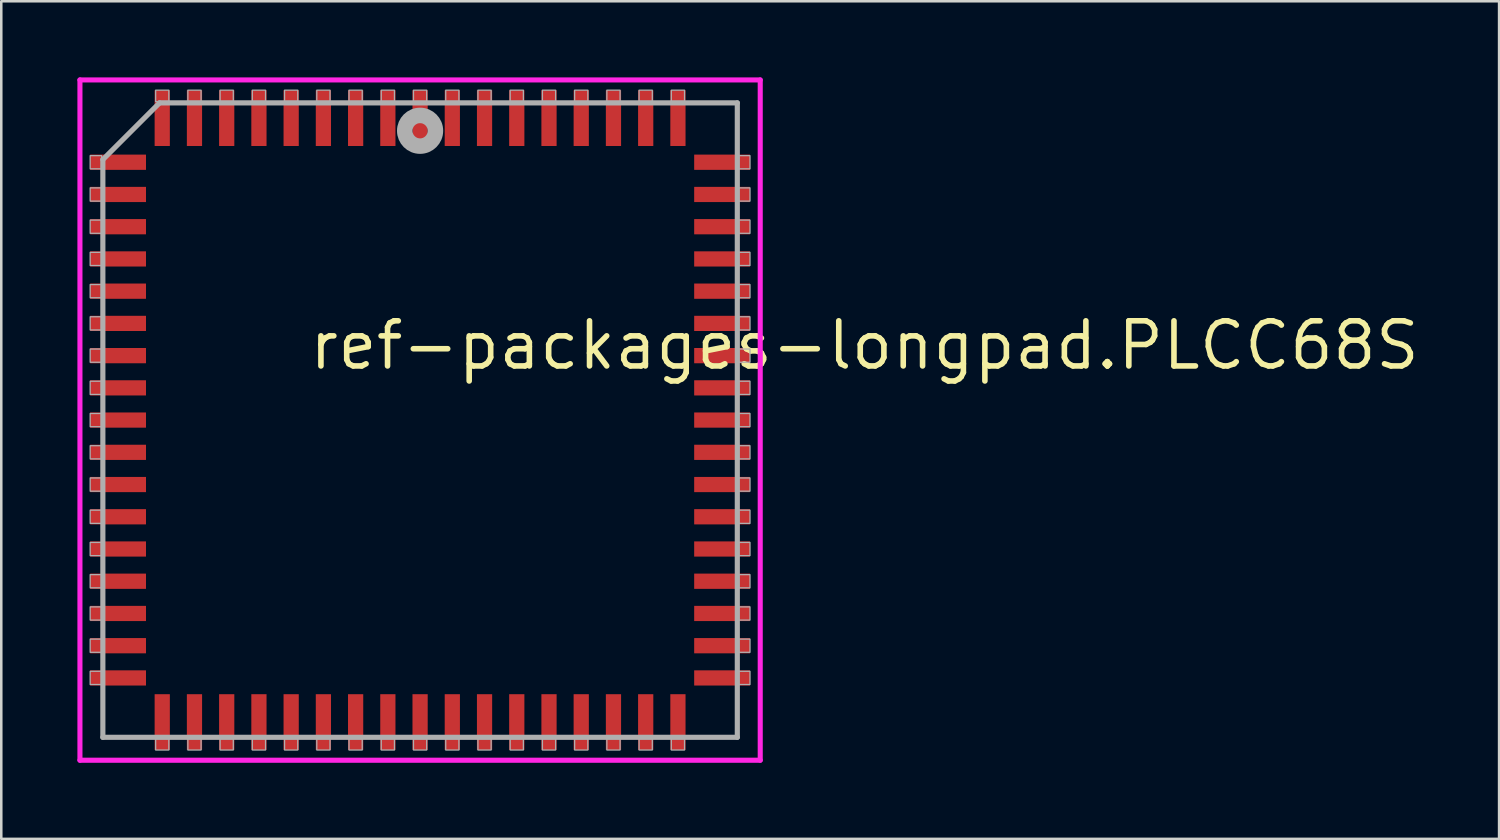
<source format=kicad_pcb>
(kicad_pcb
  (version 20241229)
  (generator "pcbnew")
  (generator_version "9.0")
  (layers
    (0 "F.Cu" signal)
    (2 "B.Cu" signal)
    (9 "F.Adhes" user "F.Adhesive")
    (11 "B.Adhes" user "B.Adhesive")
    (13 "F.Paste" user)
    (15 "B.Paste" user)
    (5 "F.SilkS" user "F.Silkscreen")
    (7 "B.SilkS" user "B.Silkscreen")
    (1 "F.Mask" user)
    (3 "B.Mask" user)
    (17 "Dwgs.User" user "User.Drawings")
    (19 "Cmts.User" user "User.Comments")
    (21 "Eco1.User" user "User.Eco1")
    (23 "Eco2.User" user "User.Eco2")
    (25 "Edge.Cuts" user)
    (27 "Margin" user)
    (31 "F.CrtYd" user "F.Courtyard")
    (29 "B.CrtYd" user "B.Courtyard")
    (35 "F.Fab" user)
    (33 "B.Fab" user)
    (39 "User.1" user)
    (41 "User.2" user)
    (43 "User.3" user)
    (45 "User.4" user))
  (footprint "ref-packages-longpad.PLCC68S"
    (layer "F.Cu")
    (at 13.503 13.503)
    (property "Reference" "ref-packages-longpad.PLCC68S" (at -4.475 -1.905 0) (layer "F.SilkS") (effects (font (size 1.778 1.778) (thickness 0.22)) (justify left bottom)))
    (attr smd)
    (fp_line (start -13.403 -13.403) (end 13.403 -13.403) (stroke (width 0.2) (type default)) (layer "F.CrtYd"))
    (fp_line (start -13.403 13.403) (end -13.403 -13.403) (stroke (width 0.2) (type default)) (layer "F.CrtYd"))
    (fp_line (start 13.403 -13.403) (end 13.403 13.403) (stroke (width 0.2) (type default)) (layer "F.CrtYd"))
    (fp_line (start 13.403 13.403) (end -13.403 13.403) (stroke (width 0.2) (type default)) (layer "F.CrtYd"))
    (fp_line (start -12.5 -10.265) (end -12.5 12.5) (stroke (width 0.203) (type default)) (layer "F.Fab"))
    (fp_line (start -12.5 12.5) (end 12.5 12.5) (stroke (width 0.203) (type default)) (layer "F.Fab"))
    (fp_line (start -10.265 -12.5) (end -12.5 -10.265) (stroke (width 0.203) (type default)) (layer "F.Fab"))
    (fp_line (start 12.5 -12.5) (end -10.265 -12.5) (stroke (width 0.203) (type default)) (layer "F.Fab"))
    (fp_line (start 12.5 12.5) (end 12.5 -12.5) (stroke (width 0.203) (type default)) (layer "F.Fab"))
    (fp_rect (start -13 -9.9) (end -12.55 -10.42) (stroke (width 0.05) (type default)) (fill no) (layer "F.Fab"))
    (fp_rect (start -13 -8.63) (end -12.55 -9.15) (stroke (width 0.05) (type default)) (fill no) (layer "F.Fab"))
    (fp_rect (start -13 -7.36) (end -12.55 -7.88) (stroke (width 0.05) (type default)) (fill no) (layer "F.Fab"))
    (fp_rect (start -13 -6.09) (end -12.55 -6.61) (stroke (width 0.05) (type default)) (fill no) (layer "F.Fab"))
    (fp_rect (start -13 -4.82) (end -12.55 -5.34) (stroke (width 0.05) (type default)) (fill no) (layer "F.Fab"))
    (fp_rect (start -13 -3.55) (end -12.55 -4.07) (stroke (width 0.05) (type default)) (fill no) (layer "F.Fab"))
    (fp_rect (start -13 -2.28) (end -12.55 -2.8) (stroke (width 0.05) (type default)) (fill no) (layer "F.Fab"))
    (fp_rect (start -13 -1.01) (end -12.55 -1.53) (stroke (width 0.05) (type default)) (fill no) (layer "F.Fab"))
    (fp_rect (start -13 0.26) (end -12.55 -0.26) (stroke (width 0.05) (type default)) (fill no) (layer "F.Fab"))
    (fp_rect (start -13 1.53) (end -12.55 1.01) (stroke (width 0.05) (type default)) (fill no) (layer "F.Fab"))
    (fp_rect (start -13 2.8) (end -12.55 2.28) (stroke (width 0.05) (type default)) (fill no) (layer "F.Fab"))
    (fp_rect (start -13 4.07) (end -12.55 3.55) (stroke (width 0.05) (type default)) (fill no) (layer "F.Fab"))
    (fp_rect (start -13 5.34) (end -12.55 4.82) (stroke (width 0.05) (type default)) (fill no) (layer "F.Fab"))
    (fp_rect (start -13 6.61) (end -12.55 6.09) (stroke (width 0.05) (type default)) (fill no) (layer "F.Fab"))
    (fp_rect (start -13 7.88) (end -12.55 7.36) (stroke (width 0.05) (type default)) (fill no) (layer "F.Fab"))
    (fp_rect (start -13 9.15) (end -12.55 8.63) (stroke (width 0.05) (type default)) (fill no) (layer "F.Fab"))
    (fp_rect (start -13 10.42) (end -12.55 9.9) (stroke (width 0.05) (type default)) (fill no) (layer "F.Fab"))
    (fp_rect (start -10.42 -12.55) (end -9.9 -13) (stroke (width 0.05) (type default)) (fill no) (layer "F.Fab"))
    (fp_rect (start -10.42 13) (end -9.9 12.55) (stroke (width 0.05) (type default)) (fill no) (layer "F.Fab"))
    (fp_rect (start -9.15 -12.55) (end -8.63 -13) (stroke (width 0.05) (type default)) (fill no) (layer "F.Fab"))
    (fp_rect (start -9.15 13) (end -8.63 12.55) (stroke (width 0.05) (type default)) (fill no) (layer "F.Fab"))
    (fp_rect (start -7.88 -12.55) (end -7.36 -13) (stroke (width 0.05) (type default)) (fill no) (layer "F.Fab"))
    (fp_rect (start -7.88 13) (end -7.36 12.55) (stroke (width 0.05) (type default)) (fill no) (layer "F.Fab"))
    (fp_rect (start -6.61 -12.55) (end -6.09 -13) (stroke (width 0.05) (type default)) (fill no) (layer "F.Fab"))
    (fp_rect (start -6.61 13) (end -6.09 12.55) (stroke (width 0.05) (type default)) (fill no) (layer "F.Fab"))
    (fp_rect (start -5.34 -12.55) (end -4.82 -13) (stroke (width 0.05) (type default)) (fill no) (layer "F.Fab"))
    (fp_rect (start -5.34 13) (end -4.82 12.55) (stroke (width 0.05) (type default)) (fill no) (layer "F.Fab"))
    (fp_rect (start -4.07 -12.55) (end -3.55 -13) (stroke (width 0.05) (type default)) (fill no) (layer "F.Fab"))
    (fp_rect (start -4.07 13) (end -3.55 12.55) (stroke (width 0.05) (type default)) (fill no) (layer "F.Fab"))
    (fp_rect (start -2.8 -12.55) (end -2.28 -13) (stroke (width 0.05) (type default)) (fill no) (layer "F.Fab"))
    (fp_rect (start -2.8 13) (end -2.28 12.55) (stroke (width 0.05) (type default)) (fill no) (layer "F.Fab"))
    (fp_rect (start -1.53 -12.55) (end -1.01 -13) (stroke (width 0.05) (type default)) (fill no) (layer "F.Fab"))
    (fp_rect (start -1.53 13) (end -1.01 12.55) (stroke (width 0.05) (type default)) (fill no) (layer "F.Fab"))
    (fp_rect (start -0.26 -12.55) (end 0.26 -13) (stroke (width 0.05) (type default)) (fill no) (layer "F.Fab"))
    (fp_rect (start -0.26 13) (end 0.26 12.55) (stroke (width 0.05) (type default)) (fill no) (layer "F.Fab"))
    (fp_rect (start 1.01 -12.55) (end 1.53 -13) (stroke (width 0.05) (type default)) (fill no) (layer "F.Fab"))
    (fp_rect (start 1.01 13) (end 1.53 12.55) (stroke (width 0.05) (type default)) (fill no) (layer "F.Fab"))
    (fp_rect (start 2.28 -12.55) (end 2.8 -13) (stroke (width 0.05) (type default)) (fill no) (layer "F.Fab"))
    (fp_rect (start 2.28 13) (end 2.8 12.55) (stroke (width 0.05) (type default)) (fill no) (layer "F.Fab"))
    (fp_rect (start 3.55 -12.55) (end 4.07 -13) (stroke (width 0.05) (type default)) (fill no) (layer "F.Fab"))
    (fp_rect (start 3.55 13) (end 4.07 12.55) (stroke (width 0.05) (type default)) (fill no) (layer "F.Fab"))
    (fp_rect (start 4.82 -12.55) (end 5.34 -13) (stroke (width 0.05) (type default)) (fill no) (layer "F.Fab"))
    (fp_rect (start 4.82 13) (end 5.34 12.55) (stroke (width 0.05) (type default)) (fill no) (layer "F.Fab"))
    (fp_rect (start 6.09 -12.55) (end 6.61 -13) (stroke (width 0.05) (type default)) (fill no) (layer "F.Fab"))
    (fp_rect (start 6.09 13) (end 6.61 12.55) (stroke (width 0.05) (type default)) (fill no) (layer "F.Fab"))
    (fp_rect (start 7.36 -12.55) (end 7.88 -13) (stroke (width 0.05) (type default)) (fill no) (layer "F.Fab"))
    (fp_rect (start 7.36 13) (end 7.88 12.55) (stroke (width 0.05) (type default)) (fill no) (layer "F.Fab"))
    (fp_rect (start 8.63 -12.55) (end 9.15 -13) (stroke (width 0.05) (type default)) (fill no) (layer "F.Fab"))
    (fp_rect (start 8.63 13) (end 9.15 12.55) (stroke (width 0.05) (type default)) (fill no) (layer "F.Fab"))
    (fp_rect (start 9.9 -12.55) (end 10.42 -13) (stroke (width 0.05) (type default)) (fill no) (layer "F.Fab"))
    (fp_rect (start 9.9 13) (end 10.42 12.55) (stroke (width 0.05) (type default)) (fill no) (layer "F.Fab"))
    (fp_rect (start 12.55 -9.9) (end 13 -10.42) (stroke (width 0.05) (type default)) (fill no) (layer "F.Fab"))
    (fp_rect (start 12.55 -8.63) (end 13 -9.15) (stroke (width 0.05) (type default)) (fill no) (layer "F.Fab"))
    (fp_rect (start 12.55 -7.36) (end 13 -7.88) (stroke (width 0.05) (type default)) (fill no) (layer "F.Fab"))
    (fp_rect (start 12.55 -6.09) (end 13 -6.61) (stroke (width 0.05) (type default)) (fill no) (layer "F.Fab"))
    (fp_rect (start 12.55 -4.82) (end 13 -5.34) (stroke (width 0.05) (type default)) (fill no) (layer "F.Fab"))
    (fp_rect (start 12.55 -3.55) (end 13 -4.07) (stroke (width 0.05) (type default)) (fill no) (layer "F.Fab"))
    (fp_rect (start 12.55 -2.28) (end 13 -2.8) (stroke (width 0.05) (type default)) (fill no) (layer "F.Fab"))
    (fp_rect (start 12.55 -1.01) (end 13 -1.53) (stroke (width 0.05) (type default)) (fill no) (layer "F.Fab"))
    (fp_rect (start 12.55 0.26) (end 13 -0.26) (stroke (width 0.05) (type default)) (fill no) (layer "F.Fab"))
    (fp_rect (start 12.55 1.53) (end 13 1.01) (stroke (width 0.05) (type default)) (fill no) (layer "F.Fab"))
    (fp_rect (start 12.55 2.8) (end 13 2.28) (stroke (width 0.05) (type default)) (fill no) (layer "F.Fab"))
    (fp_rect (start 12.55 4.07) (end 13 3.55) (stroke (width 0.05) (type default)) (fill no) (layer "F.Fab"))
    (fp_rect (start 12.55 5.34) (end 13 4.82) (stroke (width 0.05) (type default)) (fill no) (layer "F.Fab"))
    (fp_rect (start 12.55 6.61) (end 13 6.09) (stroke (width 0.05) (type default)) (fill no) (layer "F.Fab"))
    (fp_rect (start 12.55 7.88) (end 13 7.36) (stroke (width 0.05) (type default)) (fill no) (layer "F.Fab"))
    (fp_rect (start 12.55 9.15) (end 13 8.63) (stroke (width 0.05) (type default)) (fill no) (layer "F.Fab"))
    (fp_rect (start 12.55 10.42) (end 13 9.9) (stroke (width 0.05) (type default)) (fill no) (layer "F.Fab"))
    (fp_circle (center 0 -11.4) (end 0.3 -11.4) (stroke (width 0.61) (type default)) (fill no) (layer "F.Fab"))
    (pad "1" smd roundrect (at 0 -11.9) (size 0.6 2.2) (layers "F.Cu" "F.Mask" "F.Paste") (roundrect_rratio 0.01))
    (pad "2" smd roundrect (at -1.27 -11.9) (size 0.6 2.2) (layers "F.Cu" "F.Mask" "F.Paste") (roundrect_rratio 0.01))
    (pad "3" smd roundrect (at -2.54 -11.9) (size 0.6 2.2) (layers "F.Cu" "F.Mask" "F.Paste") (roundrect_rratio 0.01))
    (pad "4" smd roundrect (at -3.81 -11.9) (size 0.6 2.2) (layers "F.Cu" "F.Mask" "F.Paste") (roundrect_rratio 0.01))
    (pad "5" smd roundrect (at -5.08 -11.9) (size 0.6 2.2) (layers "F.Cu" "F.Mask" "F.Paste") (roundrect_rratio 0.01))
    (pad "6" smd roundrect (at -6.35 -11.9) (size 0.6 2.2) (layers "F.Cu" "F.Mask" "F.Paste") (roundrect_rratio 0.01))
    (pad "7" smd roundrect (at -7.62 -11.9) (size 0.6 2.2) (layers "F.Cu" "F.Mask" "F.Paste") (roundrect_rratio 0.01))
    (pad "8" smd roundrect (at -8.89 -11.9) (size 0.6 2.2) (layers "F.Cu" "F.Mask" "F.Paste") (roundrect_rratio 0.01))
    (pad "9" smd roundrect (at -10.16 -11.9) (size 0.6 2.2) (layers "F.Cu" "F.Mask" "F.Paste") (roundrect_rratio 0.01))
    (pad "10" smd roundrect (at -11.9 -10.16) (size 2.2 0.6) (layers "F.Cu" "F.Mask" "F.Paste") (roundrect_rratio 0.01))
    (pad "11" smd roundrect (at -11.9 -8.89) (size 2.2 0.6) (layers "F.Cu" "F.Mask" "F.Paste") (roundrect_rratio 0.01))
    (pad "12" smd roundrect (at -11.9 -7.62) (size 2.2 0.6) (layers "F.Cu" "F.Mask" "F.Paste") (roundrect_rratio 0.01))
    (pad "13" smd roundrect (at -11.9 -6.35) (size 2.2 0.6) (layers "F.Cu" "F.Mask" "F.Paste") (roundrect_rratio 0.01))
    (pad "14" smd roundrect (at -11.9 -5.08) (size 2.2 0.6) (layers "F.Cu" "F.Mask" "F.Paste") (roundrect_rratio 0.01))
    (pad "15" smd roundrect (at -11.9 -3.81) (size 2.2 0.6) (layers "F.Cu" "F.Mask" "F.Paste") (roundrect_rratio 0.01))
    (pad "16" smd roundrect (at -11.9 -2.54) (size 2.2 0.6) (layers "F.Cu" "F.Mask" "F.Paste") (roundrect_rratio 0.01))
    (pad "17" smd roundrect (at -11.9 -1.27) (size 2.2 0.6) (layers "F.Cu" "F.Mask" "F.Paste") (roundrect_rratio 0.01))
    (pad "18" smd roundrect (at -11.9 0) (size 2.2 0.6) (layers "F.Cu" "F.Mask" "F.Paste") (roundrect_rratio 0.01))
    (pad "19" smd roundrect (at -11.9 1.27) (size 2.2 0.6) (layers "F.Cu" "F.Mask" "F.Paste") (roundrect_rratio 0.01))
    (pad "20" smd roundrect (at -11.9 2.54) (size 2.2 0.6) (layers "F.Cu" "F.Mask" "F.Paste") (roundrect_rratio 0.01))
    (pad "21" smd roundrect (at -11.9 3.81) (size 2.2 0.6) (layers "F.Cu" "F.Mask" "F.Paste") (roundrect_rratio 0.01))
    (pad "22" smd roundrect (at -11.9 5.08) (size 2.2 0.6) (layers "F.Cu" "F.Mask" "F.Paste") (roundrect_rratio 0.01))
    (pad "23" smd roundrect (at -11.9 6.35) (size 2.2 0.6) (layers "F.Cu" "F.Mask" "F.Paste") (roundrect_rratio 0.01))
    (pad "24" smd roundrect (at -11.9 7.62) (size 2.2 0.6) (layers "F.Cu" "F.Mask" "F.Paste") (roundrect_rratio 0.01))
    (pad "25" smd roundrect (at -11.9 8.89) (size 2.2 0.6) (layers "F.Cu" "F.Mask" "F.Paste") (roundrect_rratio 0.01))
    (pad "26" smd roundrect (at -11.9 10.16) (size 2.2 0.6) (layers "F.Cu" "F.Mask" "F.Paste") (roundrect_rratio 0.01))
    (pad "27" smd roundrect (at -10.16 11.9) (size 0.6 2.2) (layers "F.Cu" "F.Mask" "F.Paste") (roundrect_rratio 0.01))
    (pad "28" smd roundrect (at -8.89 11.9) (size 0.6 2.2) (layers "F.Cu" "F.Mask" "F.Paste") (roundrect_rratio 0.01))
    (pad "29" smd roundrect (at -7.62 11.9) (size 0.6 2.2) (layers "F.Cu" "F.Mask" "F.Paste") (roundrect_rratio 0.01))
    (pad "30" smd roundrect (at -6.35 11.9) (size 0.6 2.2) (layers "F.Cu" "F.Mask" "F.Paste") (roundrect_rratio 0.01))
    (pad "31" smd roundrect (at -5.08 11.9) (size 0.6 2.2) (layers "F.Cu" "F.Mask" "F.Paste") (roundrect_rratio 0.01))
    (pad "32" smd roundrect (at -3.81 11.9) (size 0.6 2.2) (layers "F.Cu" "F.Mask" "F.Paste") (roundrect_rratio 0.01))
    (pad "33" smd roundrect (at -2.54 11.9) (size 0.6 2.2) (layers "F.Cu" "F.Mask" "F.Paste") (roundrect_rratio 0.01))
    (pad "34" smd roundrect (at -1.27 11.9) (size 0.6 2.2) (layers "F.Cu" "F.Mask" "F.Paste") (roundrect_rratio 0.01))
    (pad "35" smd roundrect (at 0 11.9) (size 0.6 2.2) (layers "F.Cu" "F.Mask" "F.Paste") (roundrect_rratio 0.01))
    (pad "36" smd roundrect (at 1.27 11.9) (size 0.6 2.2) (layers "F.Cu" "F.Mask" "F.Paste") (roundrect_rratio 0.01))
    (pad "37" smd roundrect (at 2.54 11.9) (size 0.6 2.2) (layers "F.Cu" "F.Mask" "F.Paste") (roundrect_rratio 0.01))
    (pad "38" smd roundrect (at 3.81 11.9) (size 0.6 2.2) (layers "F.Cu" "F.Mask" "F.Paste") (roundrect_rratio 0.01))
    (pad "39" smd roundrect (at 5.08 11.9) (size 0.6 2.2) (layers "F.Cu" "F.Mask" "F.Paste") (roundrect_rratio 0.01))
    (pad "40" smd roundrect (at 6.35 11.9) (size 0.6 2.2) (layers "F.Cu" "F.Mask" "F.Paste") (roundrect_rratio 0.01))
    (pad "41" smd roundrect (at 7.62 11.9) (size 0.6 2.2) (layers "F.Cu" "F.Mask" "F.Paste") (roundrect_rratio 0.01))
    (pad "42" smd roundrect (at 8.89 11.9) (size 0.6 2.2) (layers "F.Cu" "F.Mask" "F.Paste") (roundrect_rratio 0.01))
    (pad "43" smd roundrect (at 10.16 11.9) (size 0.6 2.2) (layers "F.Cu" "F.Mask" "F.Paste") (roundrect_rratio 0.01))
    (pad "44" smd roundrect (at 11.9 10.16) (size 2.2 0.6) (layers "F.Cu" "F.Mask" "F.Paste") (roundrect_rratio 0.01))
    (pad "45" smd roundrect (at 11.9 8.89) (size 2.2 0.6) (layers "F.Cu" "F.Mask" "F.Paste") (roundrect_rratio 0.01))
    (pad "46" smd roundrect (at 11.9 7.62) (size 2.2 0.6) (layers "F.Cu" "F.Mask" "F.Paste") (roundrect_rratio 0.01))
    (pad "47" smd roundrect (at 11.9 6.35) (size 2.2 0.6) (layers "F.Cu" "F.Mask" "F.Paste") (roundrect_rratio 0.01))
    (pad "48" smd roundrect (at 11.9 5.08) (size 2.2 0.6) (layers "F.Cu" "F.Mask" "F.Paste") (roundrect_rratio 0.01))
    (pad "49" smd roundrect (at 11.9 3.81) (size 2.2 0.6) (layers "F.Cu" "F.Mask" "F.Paste") (roundrect_rratio 0.01))
    (pad "50" smd roundrect (at 11.9 2.54) (size 2.2 0.6) (layers "F.Cu" "F.Mask" "F.Paste") (roundrect_rratio 0.01))
    (pad "51" smd roundrect (at 11.9 1.27) (size 2.2 0.6) (layers "F.Cu" "F.Mask" "F.Paste") (roundrect_rratio 0.01))
    (pad "52" smd roundrect (at 11.9 0) (size 2.2 0.6) (layers "F.Cu" "F.Mask" "F.Paste") (roundrect_rratio 0.01))
    (pad "53" smd roundrect (at 11.9 -1.27) (size 2.2 0.6) (layers "F.Cu" "F.Mask" "F.Paste") (roundrect_rratio 0.01))
    (pad "54" smd roundrect (at 11.9 -2.54) (size 2.2 0.6) (layers "F.Cu" "F.Mask" "F.Paste") (roundrect_rratio 0.01))
    (pad "55" smd roundrect (at 11.9 -3.81) (size 2.2 0.6) (layers "F.Cu" "F.Mask" "F.Paste") (roundrect_rratio 0.01))
    (pad "56" smd roundrect (at 11.9 -5.08) (size 2.2 0.6) (layers "F.Cu" "F.Mask" "F.Paste") (roundrect_rratio 0.01))
    (pad "57" smd roundrect (at 11.9 -6.35) (size 2.2 0.6) (layers "F.Cu" "F.Mask" "F.Paste") (roundrect_rratio 0.01))
    (pad "58" smd roundrect (at 11.9 -7.62) (size 2.2 0.6) (layers "F.Cu" "F.Mask" "F.Paste") (roundrect_rratio 0.01))
    (pad "59" smd roundrect (at 11.9 -8.89) (size 2.2 0.6) (layers "F.Cu" "F.Mask" "F.Paste") (roundrect_rratio 0.01))
    (pad "60" smd roundrect (at 11.9 -10.16) (size 2.2 0.6) (layers "F.Cu" "F.Mask" "F.Paste") (roundrect_rratio 0.01))
    (pad "61" smd roundrect (at 10.16 -11.9) (size 0.6 2.2) (layers "F.Cu" "F.Mask" "F.Paste") (roundrect_rratio 0.01))
    (pad "62" smd roundrect (at 8.89 -11.9) (size 0.6 2.2) (layers "F.Cu" "F.Mask" "F.Paste") (roundrect_rratio 0.01))
    (pad "63" smd roundrect (at 7.62 -11.9) (size 0.6 2.2) (layers "F.Cu" "F.Mask" "F.Paste") (roundrect_rratio 0.01))
    (pad "64" smd roundrect (at 6.35 -11.9) (size 0.6 2.2) (layers "F.Cu" "F.Mask" "F.Paste") (roundrect_rratio 0.01))
    (pad "65" smd roundrect (at 5.08 -11.9) (size 0.6 2.2) (layers "F.Cu" "F.Mask" "F.Paste") (roundrect_rratio 0.01))
    (pad "66" smd roundrect (at 3.81 -11.9) (size 0.6 2.2) (layers "F.Cu" "F.Mask" "F.Paste") (roundrect_rratio 0.01))
    (pad "67" smd roundrect (at 2.54 -11.9) (size 0.6 2.2) (layers "F.Cu" "F.Mask" "F.Paste") (roundrect_rratio 0.01))
    (pad "68" smd roundrect (at 1.27 -11.9) (size 0.6 2.2) (layers "F.Cu" "F.Mask" "F.Paste") (roundrect_rratio 0.01)))
  (gr_rect
    (start -3 -3)
    (end 56.02 30.006)
    (stroke (width 0.1) (type default))
    (fill no)
    (layer "Edge.Cuts")))
</source>
